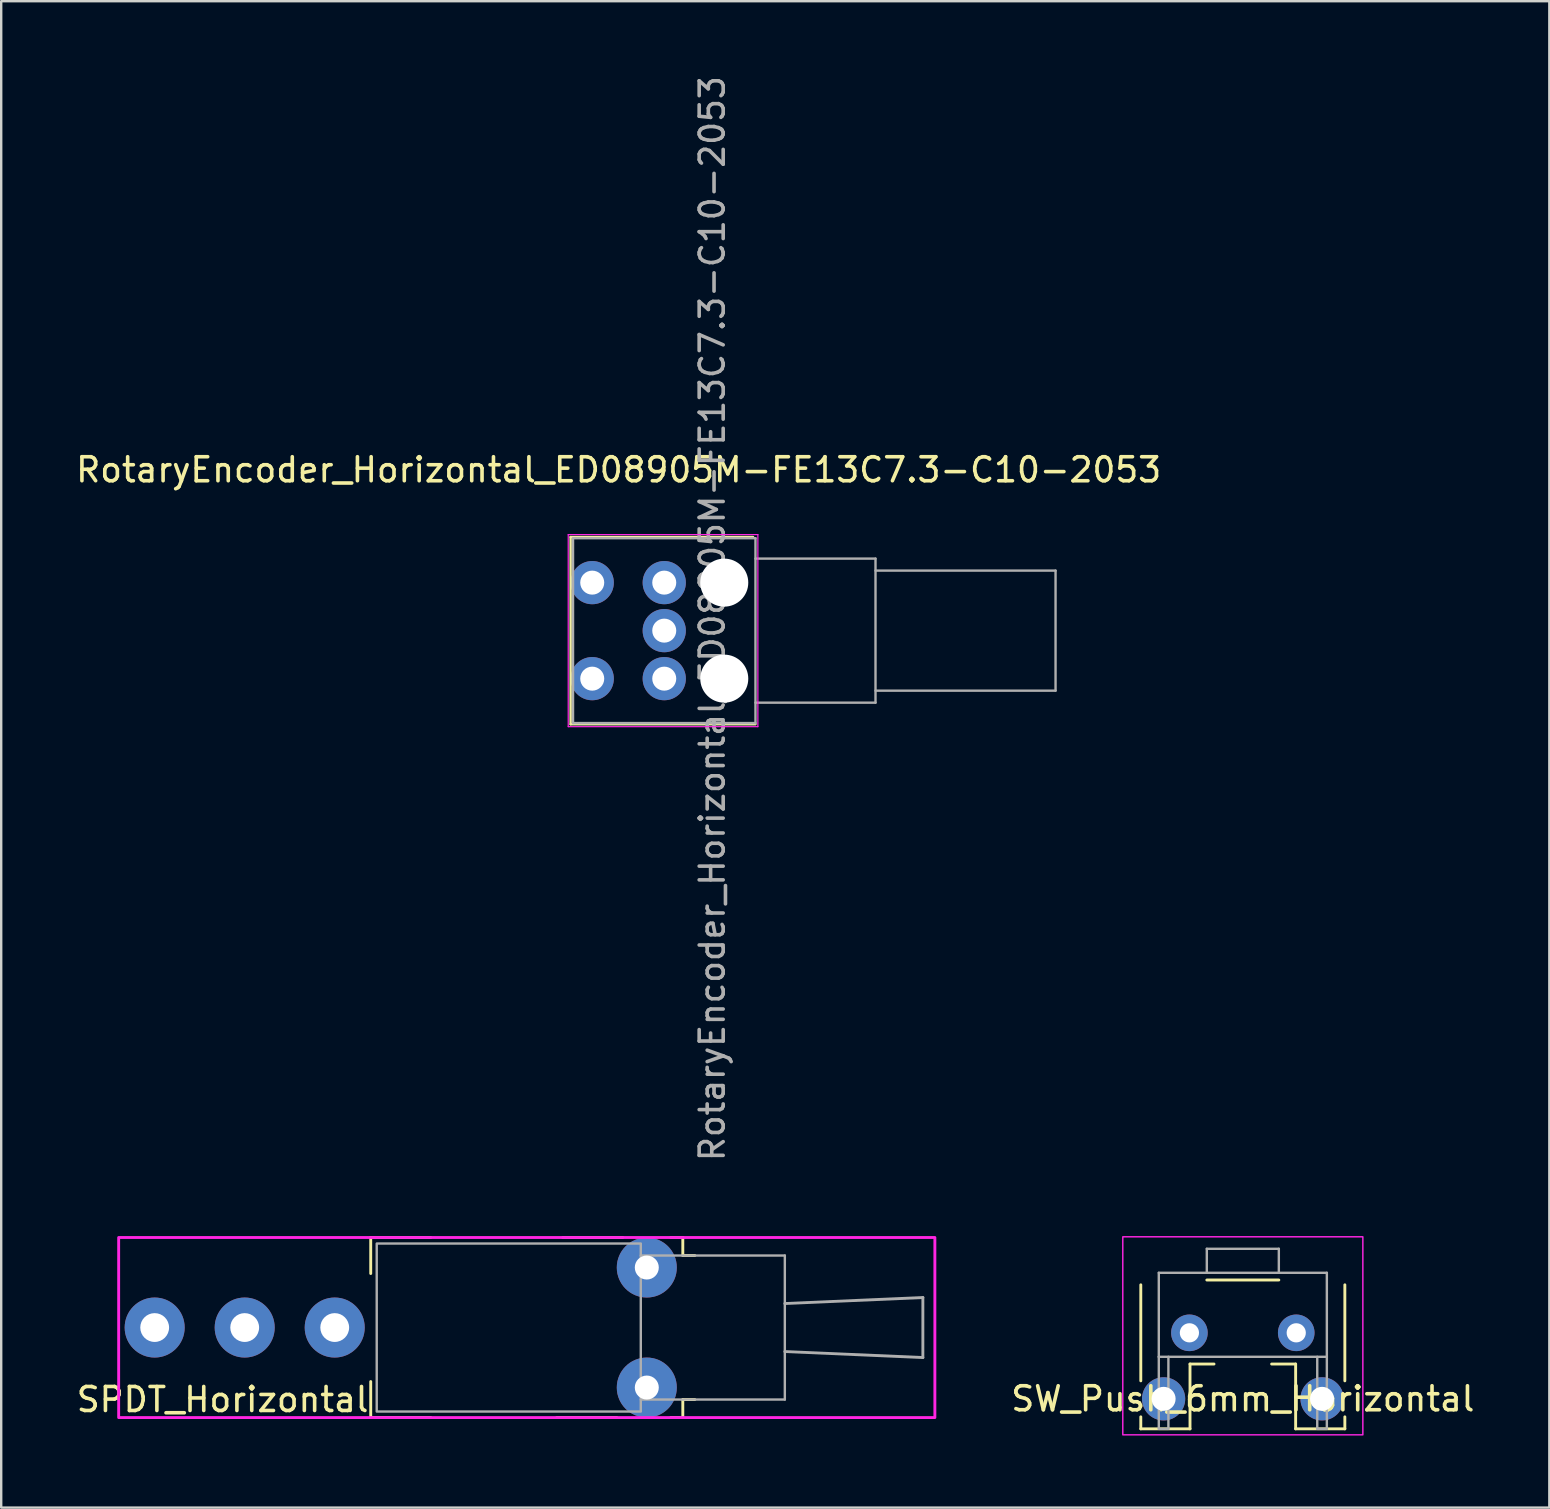
<source format=kicad_pcb>
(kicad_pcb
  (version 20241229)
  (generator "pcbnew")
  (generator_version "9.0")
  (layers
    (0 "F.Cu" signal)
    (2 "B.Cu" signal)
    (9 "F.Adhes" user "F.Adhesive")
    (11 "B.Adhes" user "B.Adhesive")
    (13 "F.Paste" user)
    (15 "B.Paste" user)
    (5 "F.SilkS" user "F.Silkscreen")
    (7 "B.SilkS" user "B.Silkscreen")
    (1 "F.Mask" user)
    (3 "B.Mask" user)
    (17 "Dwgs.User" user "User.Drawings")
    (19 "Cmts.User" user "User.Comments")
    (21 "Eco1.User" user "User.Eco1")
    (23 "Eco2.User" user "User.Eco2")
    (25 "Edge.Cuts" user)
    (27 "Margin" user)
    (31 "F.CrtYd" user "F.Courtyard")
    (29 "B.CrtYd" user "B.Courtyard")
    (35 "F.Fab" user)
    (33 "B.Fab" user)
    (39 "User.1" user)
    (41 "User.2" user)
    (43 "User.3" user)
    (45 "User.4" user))
  (footprint "SW_Push_6mm_Horizontal"
    (layer "F.Cu")
    (at 48.721 49.97)
    (property "Reference" "SW_Push_6mm_Horizontal" (at 0 5.25 0) (unlocked yes) (layer "F.SilkS") (effects (font (size 1 1) (thickness 0.15))))
    (attr through_hole)
    (fp_line (start -4.25 4.5) (end -4.25 0.5) (stroke (width 0.12) (type solid)) (layer "F.SilkS"))
    (fp_line (start -4.25 6.5) (end -4.25 6) (stroke (width 0.12) (type solid)) (layer "F.SilkS"))
    (fp_line (start -2.2 3.8) (end -1.2 3.8) (stroke (width 0.12) (type solid)) (layer "F.SilkS"))
    (fp_line (start -2.2 6.5) (end -4.25 6.5) (stroke (width 0.12) (type solid)) (layer "F.SilkS"))
    (fp_line (start -2.2 6.5) (end -2.2 3.8) (stroke (width 0.12) (type solid)) (layer "F.SilkS"))
    (fp_line (start 1.5 0.3) (end -1.5 0.3) (stroke (width 0.12) (type solid)) (layer "F.SilkS"))
    (fp_line (start 2.2 3.8) (end 1.2 3.8) (stroke (width 0.12) (type solid)) (layer "F.SilkS"))
    (fp_line (start 2.2 6.5) (end 2.2 3.8) (stroke (width 0.12) (type solid)) (layer "F.SilkS"))
    (fp_line (start 2.2 6.5) (end 4.25 6.5) (stroke (width 0.12) (type solid)) (layer "F.SilkS"))
    (fp_line (start 4.25 4.5) (end 4.25 0.5) (stroke (width 0.12) (type solid)) (layer "F.SilkS"))
    (fp_line (start 4.25 6.5) (end 4.25 6) (stroke (width 0.12) (type solid)) (layer "F.SilkS"))
    (fp_rect (start 5 6.75) (end -5 -1.5) (stroke (width 0.06) (type solid)) (fill no) (layer "F.CrtYd"))
    (fp_line (start -3.5 0) (end -3.5 3.5) (stroke (width 0.1) (type solid)) (layer "F.Fab"))
    (fp_line (start -3.5 6.5) (end -3.5 3.5) (stroke (width 0.1) (type solid)) (layer "F.Fab"))
    (fp_line (start -3.5 6.5) (end -3.1 6.5) (stroke (width 0.1) (type solid)) (layer "F.Fab"))
    (fp_line (start -3.1 3.5) (end -3.1 6.5) (stroke (width 0.1) (type solid)) (layer "F.Fab"))
    (fp_line (start -1.5 -1) (end -1.5 0) (stroke (width 0.1) (type solid)) (layer "F.Fab"))
    (fp_line (start 1.5 -1) (end -1.5 -1) (stroke (width 0.1) (type solid)) (layer "F.Fab"))
    (fp_line (start 1.5 0) (end 1.5 -1) (stroke (width 0.1) (type solid)) (layer "F.Fab"))
    (fp_line (start 3.1 6.5) (end 3.1 3.5) (stroke (width 0.1) (type solid)) (layer "F.Fab"))
    (fp_line (start 3.5 0) (end -3.5 0) (stroke (width 0.1) (type solid)) (layer "F.Fab"))
    (fp_line (start 3.5 3.5) (end -3.5 3.5) (stroke (width 0.1) (type solid)) (layer "F.Fab"))
    (fp_line (start 3.5 3.5) (end 3.5 0) (stroke (width 0.1) (type solid)) (layer "F.Fab"))
    (fp_line (start 3.5 3.5) (end 3.5 6.5) (stroke (width 0.1) (type solid)) (layer "F.Fab"))
    (fp_line (start 3.5 6.5) (end 3.1 6.5) (stroke (width 0.1) (type solid)) (layer "F.Fab"))
    (pad "" thru_hole circle (at -3.3 5.25 180) (size 1.8 1.8) (drill 1) (layers "*.Cu" "*.Mask"))
    (pad "" thru_hole circle (at 3.3 5.25 180) (size 1.8 1.8) (drill 1) (layers "*.Cu" "*.Mask"))
    (pad "1" thru_hole circle (at 2.225 2.5 180) (size 1.524 1.524) (drill 0.8) (layers "*.Cu" "*.Mask"))
    (pad "2" thru_hole circle (at -2.225 2.5 180) (size 1.524 1.524) (drill 0.8) (layers "*.Cu" "*.Mask")))
  (footprint "RotaryEncoder_Horizontal_ED08905M-FE13C7.3-C10-2053"
    (layer "F.Cu")
    (at 24.62 25.22)
    (property "Reference" "RotaryEncoder_Horizontal_ED08905M-FE13C7.3-C10-2053" (at -1.9 -8.7 0) (layer "F.SilkS") (effects (font (size 1 1) (thickness 0.15))))
    (attr through_hole)
    (fp_line (start -3.9 -5.9) (end -3.9 1.9) (stroke (width 0.1) (type solid)) (layer "F.SilkS"))
    (fp_line (start -3.9 1.9) (end 3.8 1.9) (stroke (width 0.1) (type solid)) (layer "F.SilkS"))
    (fp_line (start 3.7 -5.9) (end -3.9 -5.9) (stroke (width 0.1) (type solid)) (layer "F.SilkS"))
    (fp_line (start -4 -6) (end 3.9 -6) (stroke (width 0.05) (type solid)) (layer "F.CrtYd"))
    (fp_line (start -4 2) (end -4 -6) (stroke (width 0.05) (type solid)) (layer "F.CrtYd"))
    (fp_line (start 3.9 -6) (end 3.9 2) (stroke (width 0.05) (type solid)) (layer "F.CrtYd"))
    (fp_line (start 3.9 2) (end -4 2) (stroke (width 0.05) (type solid)) (layer "F.CrtYd"))
    (fp_line (start -3.8 -5.85) (end -3.8 1.85) (stroke (width 0.1) (type solid)) (layer "F.Fab"))
    (fp_line (start 3.8 -5.85) (end -3.8 -5.85) (stroke (width 0.1) (type solid)) (layer "F.Fab"))
    (fp_line (start 3.8 -5.85) (end 3.8 1.85) (stroke (width 0.1) (type solid)) (layer "F.Fab"))
    (fp_line (start 3.8 -5) (end 8.8 -5) (stroke (width 0.1) (type solid)) (layer "F.Fab"))
    (fp_line (start 3.8 1.85) (end -3.8 1.85) (stroke (width 0.1) (type solid)) (layer "F.Fab"))
    (fp_line (start 8.8 -5) (end 8.8 1) (stroke (width 0.1) (type solid)) (layer "F.Fab"))
    (fp_line (start 8.8 -4.5) (end 16.3 -4.5) (stroke (width 0.1) (type solid)) (layer "F.Fab"))
    (fp_line (start 8.8 1) (end 3.8 1) (stroke (width 0.1) (type solid)) (layer "F.Fab"))
    (fp_line (start 16.3 -4.5) (end 16.3 0.5) (stroke (width 0.1) (type solid)) (layer "F.Fab"))
    (fp_line (start 16.3 0.5) (end 8.8 0.5) (stroke (width 0.1) (type solid)) (layer "F.Fab"))
    (fp_text user "${REFERENCE}" (at 2 -2.5 90) (layer "F.Fab") (effects (font (size 1 1) (thickness 0.15))))
    (pad "" np_thru_hole circle (at 2.5 -4) (size 2 2) (drill 2) (layers "*.Cu" "*.Mask"))
    (pad "" np_thru_hole circle (at 2.5 0) (size 2 2) (drill 2) (layers "*.Cu" "*.Mask"))
    (pad "A" thru_hole circle (at 0 0) (size 1.8 1.8) (drill 1) (layers "*.Cu" "*.Mask"))
    (pad "B" thru_hole circle (at 0 -4) (size 1.8 1.8) (drill 1) (layers "*.Cu" "*.Mask"))
    (pad "C" thru_hole circle (at 0 -2) (size 1.8 1.8) (drill 1) (layers "*.Cu" "*.Mask"))
    (pad "S1" thru_hole circle (at -3 0) (size 1.8 1.8) (drill 1) (layers "*.Cu" "*.Mask"))
    (pad "S2" thru_hole circle (at -3 -4) (size 1.8 1.8) (drill 1) (layers "*.Cu" "*.Mask")))
  (footprint "SPDT_Horizontal"
    (layer "F.Cu")
    (at 10.893 52.25)
    (property "Reference" "SPDT_Horizontal" (at 1.5 3 0) (unlocked yes) (layer "F.SilkS") (effects (font (size 1 1) (thickness 0.15)) (justify right)))
    (attr through_hole)
    (fp_line (start 1.5 -3.75) (end 4 -3.75) (stroke (width 0.12) (type solid)) (layer "F.SilkS"))
    (fp_line (start 1.5 -2.25) (end 1.5 -3.75) (stroke (width 0.12) (type solid)) (layer "F.SilkS"))
    (fp_line (start 1.5 3.75) (end 1.5 2.25) (stroke (width 0.12) (type solid)) (layer "F.SilkS"))
    (fp_line (start 1.5 3.75) (end 4 3.75) (stroke (width 0.12) (type solid)) (layer "F.SilkS"))
    (fp_line (start 11.75 3.75) (end 9.25 3.75) (stroke (width 0.12) (type solid)) (layer "F.SilkS"))
    (fp_line (start 12 -3.75) (end 9.5 -3.75) (stroke (width 0.12) (type solid)) (layer "F.SilkS"))
    (fp_line (start 14 -3.75) (end 14.5 -3.75) (stroke (width 0.12) (type solid)) (layer "F.SilkS"))
    (fp_line (start 14.5 -3.75) (end 14.5 -3) (stroke (width 0.12) (type solid)) (layer "F.SilkS"))
    (fp_line (start 14.5 -3) (end 15 -3) (stroke (width 0.12) (type solid)) (layer "F.SilkS"))
    (fp_line (start 14.5 3) (end 14.5 3.75) (stroke (width 0.12) (type solid)) (layer "F.SilkS"))
    (fp_line (start 14.5 3.75) (end 14 3.75) (stroke (width 0.12) (type solid)) (layer "F.SilkS"))
    (fp_line (start 15 3) (end 14.5 3) (stroke (width 0.12) (type solid)) (layer "F.SilkS"))
    (fp_rect (start 25 -3.75) (end -9 3.75) (stroke (width 0.12) (type solid)) (fill no) (layer "F.CrtYd"))
    (fp_line (start 12.75 -3) (end 18.75 -3) (stroke (width 0.1) (type solid)) (layer "F.Fab"))
    (fp_line (start 18.75 -3) (end 18.75 3) (stroke (width 0.1) (type solid)) (layer "F.Fab"))
    (fp_line (start 18.75 -1) (end 24.5 -1.25) (stroke (width 0.12) (type solid)) (layer "F.Fab"))
    (fp_line (start 18.75 3) (end 12.75 3) (stroke (width 0.1) (type solid)) (layer "F.Fab"))
    (fp_line (start 24.5 -1.25) (end 24.5 1.25) (stroke (width 0.12) (type solid)) (layer "F.Fab"))
    (fp_line (start 24.5 1.25) (end 18.75 1) (stroke (width 0.12) (type solid)) (layer "F.Fab"))
    (fp_rect (start 1.75 -3.5) (end 12.75 3.5) (stroke (width 0.1) (type solid)) (fill no) (layer "F.Fab"))
    (pad "" thru_hole circle (at 13 -2.5) (size 2.5 2.5) (drill 1) (layers "*.Cu" "*.Mask"))
    (pad "" thru_hole circle (at 13 2.5) (size 2.5 2.5) (drill 1) (layers "*.Cu" "*.Mask"))
    (pad "1" thru_hole circle (at -7.5 0 90) (size 2.5 2.5) (drill 1.2) (layers "*.Cu" "*.Mask"))
    (pad "2" thru_hole circle (at -3.75 0 90) (size 2.5 2.5) (drill 1.2) (layers "*.Cu" "*.Mask"))
    (pad "3" thru_hole circle (at 0 0 90) (size 2.5 2.5) (drill 1.2) (layers "*.Cu" "*.Mask")))
  (gr_rect
    (start -3 -3)
    (end 61.489 59.75)
    (stroke (width 0.1) (type default))
    (fill no)
    (layer "Edge.Cuts")))
</source>
